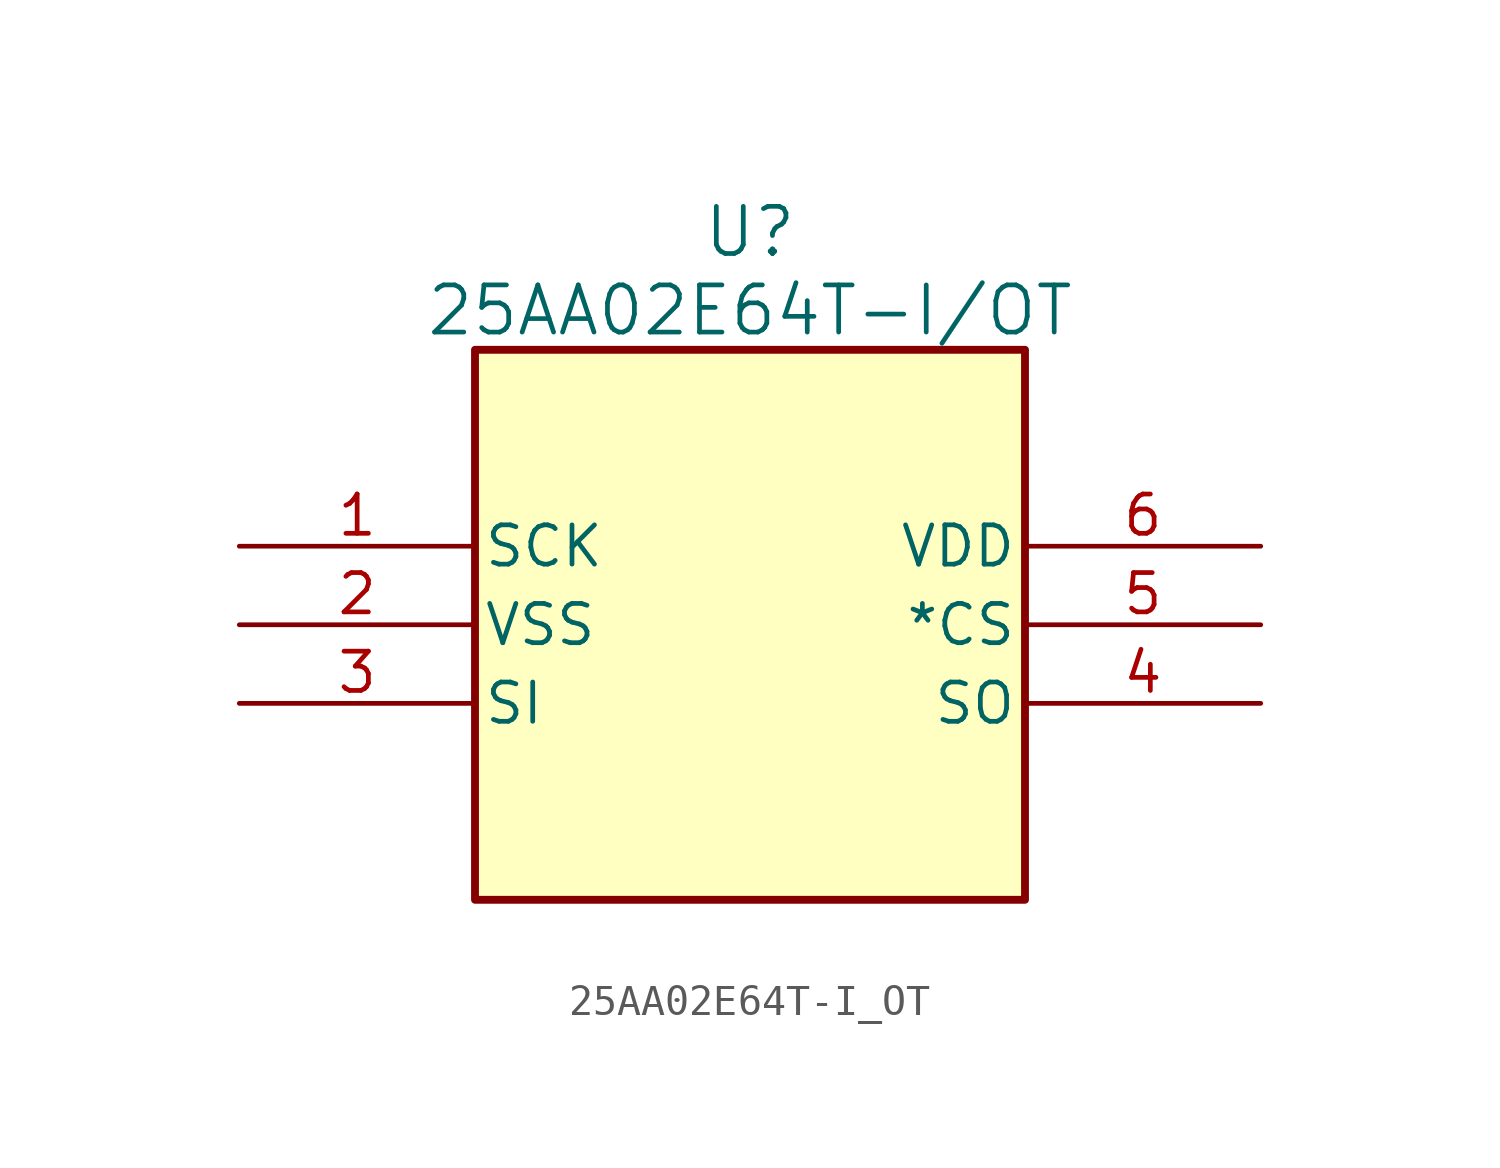
<source format=kicad_sym>
(kicad_symbol_lib
  (version 20220914)
  (generator kicad_symbol_editor)
  (symbol "25AA02E64T-I_OT"
    (pin_names
      (offset 0.254))
    (property "Reference" "U"
      (at 0 12.7 0)
      (effects (font (size 1.524 1.524))))
    (property "Value" "25AA02E64T-I/OT"
      (at 0 10.16 0)
      (effects (font (size 1.524 1.524))))
    (property "ki_locked" ""
      (at 0 0 0)
      (effects (font (size 1.27 1.27))))
    (symbol "25AA02E64T-I_OT_0_1"
      (pin input line (at -16.51 2.54 0) (length 7.62) (name "SCK" (effects (font (size 1.27 1.27)))) (number "1" (effects (font (size 1.27 1.27)))))
      (pin power_in line (at -16.51 0 0) (length 7.62) (name "VSS" (effects (font (size 1.27 1.27)))) (number "2" (effects (font (size 1.27 1.27)))))
      (pin input line (at -16.51 -2.54 0) (length 7.62) (name "SI" (effects (font (size 1.27 1.27)))) (number "3" (effects (font (size 1.27 1.27)))))
      (pin output line (at 16.51 -2.54 180) (length 7.62) (name "SO" (effects (font (size 1.27 1.27)))) (number "4" (effects (font (size 1.27 1.27)))))
      (pin input line (at 16.51 0 180) (length 7.62) (name "*CS" (effects (font (size 1.27 1.27)))) (number "5" (effects (font (size 1.27 1.27)))))
      (pin power_in line (at 16.51 2.54 180) (length 7.62) (name "VDD" (effects (font (size 1.27 1.27)))) (number "6" (effects (font (size 1.27 1.27))))))
    (symbol "25AA02E64T-I_OT_1_1"
      (rectangle (start -8.89 8.89) (end 8.89 -8.89) (stroke (width 0.254) (type default)) (fill (type background))))))
</source>
